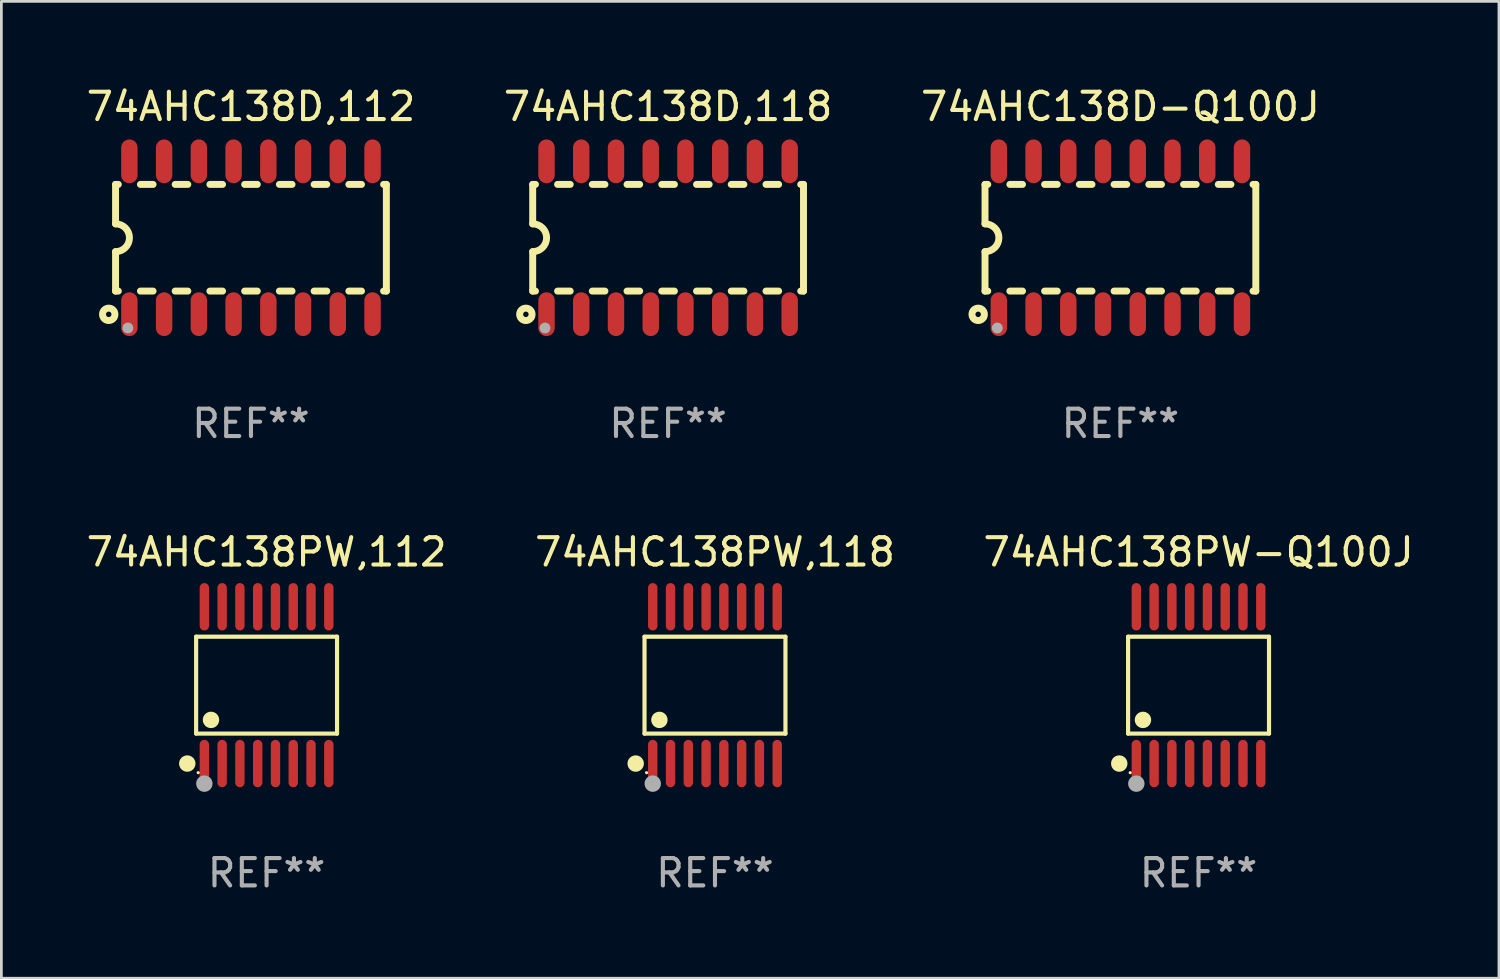
<source format=kicad_pcb>
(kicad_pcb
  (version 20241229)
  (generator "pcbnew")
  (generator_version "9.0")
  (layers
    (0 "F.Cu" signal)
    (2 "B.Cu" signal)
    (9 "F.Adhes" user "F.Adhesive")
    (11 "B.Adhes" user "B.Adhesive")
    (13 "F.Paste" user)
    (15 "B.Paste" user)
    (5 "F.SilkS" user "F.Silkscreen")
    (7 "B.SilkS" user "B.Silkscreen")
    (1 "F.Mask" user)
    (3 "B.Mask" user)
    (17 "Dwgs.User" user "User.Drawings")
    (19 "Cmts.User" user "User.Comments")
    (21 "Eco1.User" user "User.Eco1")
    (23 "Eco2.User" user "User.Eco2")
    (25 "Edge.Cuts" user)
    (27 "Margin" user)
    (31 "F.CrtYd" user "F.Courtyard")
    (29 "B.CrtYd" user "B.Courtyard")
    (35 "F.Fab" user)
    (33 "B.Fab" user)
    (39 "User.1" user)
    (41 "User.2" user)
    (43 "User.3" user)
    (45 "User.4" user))
  (footprint "74AHC138D,118"
    (layer "F.Cu")
    (at 21.375 5.642)
    (property "Reference" "74AHC138D,118" (at 0 -4.794 0) (layer "F.SilkS") (effects (font (size 1 1) (thickness 0.15))))
    (attr through_hole)
    (fp_line (start -4.95 -1.95) (end -4.95 -0.508) (stroke (width 0.254) (type solid)) (layer "F.SilkS"))
    (fp_line (start -4.95 -1.95) (end -4.849 -1.95) (stroke (width 0.254) (type solid)) (layer "F.SilkS"))
    (fp_line (start -4.95 1.95) (end -4.95 0.508) (stroke (width 0.254) (type solid)) (layer "F.SilkS"))
    (fp_line (start -4.95 1.95) (end -4.849 1.95) (stroke (width 0.254) (type solid)) (layer "F.SilkS"))
    (fp_line (start -4.041 -1.95) (end -3.579 -1.95) (stroke (width 0.254) (type solid)) (layer "F.SilkS"))
    (fp_line (start -4.041 1.95) (end -3.579 1.95) (stroke (width 0.254) (type solid)) (layer "F.SilkS"))
    (fp_line (start -2.771 -1.95) (end -2.309 -1.95) (stroke (width 0.254) (type solid)) (layer "F.SilkS"))
    (fp_line (start -2.771 1.95) (end -2.309 1.95) (stroke (width 0.254) (type solid)) (layer "F.SilkS"))
    (fp_line (start -1.501 -1.95) (end -1.039 -1.95) (stroke (width 0.254) (type solid)) (layer "F.SilkS"))
    (fp_line (start -1.501 1.95) (end -1.039 1.95) (stroke (width 0.254) (type solid)) (layer "F.SilkS"))
    (fp_line (start -0.231 -1.95) (end 0.231 -1.95) (stroke (width 0.254) (type solid)) (layer "F.SilkS"))
    (fp_line (start -0.231 1.95) (end 0.231 1.95) (stroke (width 0.254) (type solid)) (layer "F.SilkS"))
    (fp_line (start 1.039 -1.95) (end 1.501 -1.95) (stroke (width 0.254) (type solid)) (layer "F.SilkS"))
    (fp_line (start 1.039 1.95) (end 1.501 1.95) (stroke (width 0.254) (type solid)) (layer "F.SilkS"))
    (fp_line (start 2.309 -1.95) (end 2.771 -1.95) (stroke (width 0.254) (type solid)) (layer "F.SilkS"))
    (fp_line (start 2.309 1.95) (end 2.771 1.95) (stroke (width 0.254) (type solid)) (layer "F.SilkS"))
    (fp_line (start 3.579 -1.95) (end 4.041 -1.95) (stroke (width 0.254) (type solid)) (layer "F.SilkS"))
    (fp_line (start 3.579 1.95) (end 4.041 1.95) (stroke (width 0.254) (type solid)) (layer "F.SilkS"))
    (fp_line (start 4.849 -1.95) (end 4.95 -1.95) (stroke (width 0.254) (type solid)) (layer "F.SilkS"))
    (fp_line (start 4.849 1.95) (end 4.95 1.95) (stroke (width 0.254) (type solid)) (layer "F.SilkS"))
    (fp_line (start 4.95 -1.95) (end 4.95 1.95) (stroke (width 0.254) (type solid)) (layer "F.SilkS"))
    (fp_arc (start -4.95047 -0.508001) (mid -4.442469 -0.000228) (end -4.950013 0.508001) (stroke (width 0.254001) (type solid)) (layer "F.SilkS"))
    (fp_circle (center -5.2 2.8) (end -5.1 2.8) (stroke (width 0.254) (type solid)) (fill no) (layer "F.SilkS"))
    (fp_circle (center -4.95 2.947) (end -4.92 2.947) (stroke (width 0.06) (type solid)) (fill no) (layer "F.SilkS"))
    (fp_circle (center -4.5 3.3) (end -4.4 3.3) (stroke (width 0.2) (type solid)) (fill no) (layer "F.Fab"))
    (fp_text user "REF**" (at 0 6.794 0) (layer "F.Fab") (effects (font (size 1 1) (thickness 0.15))))
    (pad "1" smd oval (at -4.445 2.794) (size 0.6 1.6) (layers "F.Cu" "F.Mask" "F.Paste"))
    (pad "2" smd oval (at -3.175 2.794) (size 0.6 1.6) (layers "F.Cu" "F.Mask" "F.Paste"))
    (pad "3" smd oval (at -1.905 2.794) (size 0.6 1.6) (layers "F.Cu" "F.Mask" "F.Paste"))
    (pad "4" smd oval (at -0.635 2.794) (size 0.6 1.6) (layers "F.Cu" "F.Mask" "F.Paste"))
    (pad "5" smd oval (at 0.635 2.794) (size 0.6 1.6) (layers "F.Cu" "F.Mask" "F.Paste"))
    (pad "6" smd oval (at 1.905 2.794) (size 0.6 1.6) (layers "F.Cu" "F.Mask" "F.Paste"))
    (pad "7" smd oval (at 3.175 2.794) (size 0.6 1.6) (layers "F.Cu" "F.Mask" "F.Paste"))
    (pad "8" smd oval (at 4.445 2.794) (size 0.6 1.6) (layers "F.Cu" "F.Mask" "F.Paste"))
    (pad "9" smd oval (at 4.445 -2.794) (size 0.6 1.6) (layers "F.Cu" "F.Mask" "F.Paste"))
    (pad "10" smd oval (at 3.175 -2.794) (size 0.6 1.6) (layers "F.Cu" "F.Mask" "F.Paste"))
    (pad "11" smd oval (at 1.905 -2.794) (size 0.6 1.6) (layers "F.Cu" "F.Mask" "F.Paste"))
    (pad "12" smd oval (at 0.635 -2.794) (size 0.6 1.6) (layers "F.Cu" "F.Mask" "F.Paste"))
    (pad "13" smd oval (at -0.635 -2.794) (size 0.6 1.6) (layers "F.Cu" "F.Mask" "F.Paste"))
    (pad "14" smd oval (at -1.905 -2.794) (size 0.6 1.6) (layers "F.Cu" "F.Mask" "F.Paste"))
    (pad "15" smd oval (at -3.175 -2.794) (size 0.6 1.6) (layers "F.Cu" "F.Mask" "F.Paste"))
    (pad "16" smd oval (at -4.445 -2.794) (size 0.6 1.6) (layers "F.Cu" "F.Mask" "F.Paste")))
  (footprint "74AHC138PW,112"
    (layer "F.Cu")
    (at 6.696 21.999)
    (property "Reference" "74AHC138PW,112" (at 0 -4.866 0) (layer "F.SilkS") (effects (font (size 1 1) (thickness 0.15))))
    (attr through_hole)
    (fp_line (start -2.576 -1.772) (end 2.576 -1.772) (stroke (width 0.152) (type solid)) (layer "F.SilkS"))
    (fp_line (start -2.576 1.771) (end -2.576 -1.772) (stroke (width 0.152) (type solid)) (layer "F.SilkS"))
    (fp_line (start 2.576 -1.772) (end 2.576 1.771) (stroke (width 0.152) (type solid)) (layer "F.SilkS"))
    (fp_line (start 2.576 1.771) (end -2.576 1.771) (stroke (width 0.152) (type solid)) (layer "F.SilkS"))
    (fp_circle (center -2.899 2.866) (end -2.749 2.866) (stroke (width 0.3) (type solid)) (fill no) (layer "F.SilkS"))
    (fp_circle (center -2.5 3.2) (end -2.47 3.2) (stroke (width 0.06) (type solid)) (fill no) (layer "F.SilkS"))
    (fp_circle (center -2.032 1.27) (end -1.882 1.27) (stroke (width 0.3) (type solid)) (fill no) (layer "F.SilkS"))
    (fp_circle (center -2.275 3.6) (end -2.125 3.6) (stroke (width 0.3) (type solid)) (fill no) (layer "F.Fab"))
    (fp_text user "REF**" (at 0 6.866 0) (layer "F.Fab") (effects (font (size 1 1) (thickness 0.15))))
    (pad "1" smd oval (at -2.275 2.866) (size 0.343 1.731) (layers "F.Cu" "F.Mask" "F.Paste"))
    (pad "2" smd oval (at -1.625 2.866) (size 0.343 1.731) (layers "F.Cu" "F.Mask" "F.Paste"))
    (pad "3" smd oval (at -0.975 2.866) (size 0.343 1.731) (layers "F.Cu" "F.Mask" "F.Paste"))
    (pad "4" smd oval (at -0.325 2.866) (size 0.343 1.731) (layers "F.Cu" "F.Mask" "F.Paste"))
    (pad "5" smd oval (at 0.325 2.866) (size 0.343 1.731) (layers "F.Cu" "F.Mask" "F.Paste"))
    (pad "6" smd oval (at 0.975 2.866) (size 0.343 1.731) (layers "F.Cu" "F.Mask" "F.Paste"))
    (pad "7" smd oval (at 1.625 2.866) (size 0.343 1.731) (layers "F.Cu" "F.Mask" "F.Paste"))
    (pad "8" smd oval (at 2.275 2.866) (size 0.343 1.731) (layers "F.Cu" "F.Mask" "F.Paste"))
    (pad "9" smd oval (at 2.275 -2.866) (size 0.343 1.731) (layers "F.Cu" "F.Mask" "F.Paste"))
    (pad "10" smd oval (at 1.625 -2.866) (size 0.343 1.731) (layers "F.Cu" "F.Mask" "F.Paste"))
    (pad "11" smd oval (at 0.975 -2.866) (size 0.343 1.731) (layers "F.Cu" "F.Mask" "F.Paste"))
    (pad "12" smd oval (at 0.325 -2.866) (size 0.343 1.731) (layers "F.Cu" "F.Mask" "F.Paste"))
    (pad "13" smd oval (at -0.325 -2.866) (size 0.343 1.731) (layers "F.Cu" "F.Mask" "F.Paste"))
    (pad "14" smd oval (at -0.975 -2.866) (size 0.343 1.731) (layers "F.Cu" "F.Mask" "F.Paste"))
    (pad "15" smd oval (at -1.625 -2.866) (size 0.343 1.731) (layers "F.Cu" "F.Mask" "F.Paste"))
    (pad "16" smd oval (at -2.275 -2.866) (size 0.343 1.731) (layers "F.Cu" "F.Mask" "F.Paste")))
  (footprint "74AHC138D-Q100J"
    (layer "F.Cu")
    (at 37.911 5.642)
    (property "Reference" "74AHC138D-Q100J" (at 0 -4.794 0) (layer "F.SilkS") (effects (font (size 1 1) (thickness 0.15))))
    (attr through_hole)
    (fp_line (start -4.95 -1.95) (end -4.95 -0.508) (stroke (width 0.254) (type solid)) (layer "F.SilkS"))
    (fp_line (start -4.95 -1.95) (end -4.849 -1.95) (stroke (width 0.254) (type solid)) (layer "F.SilkS"))
    (fp_line (start -4.95 1.95) (end -4.95 0.508) (stroke (width 0.254) (type solid)) (layer "F.SilkS"))
    (fp_line (start -4.95 1.95) (end -4.849 1.95) (stroke (width 0.254) (type solid)) (layer "F.SilkS"))
    (fp_line (start -4.041 -1.95) (end -3.579 -1.95) (stroke (width 0.254) (type solid)) (layer "F.SilkS"))
    (fp_line (start -4.041 1.95) (end -3.579 1.95) (stroke (width 0.254) (type solid)) (layer "F.SilkS"))
    (fp_line (start -2.771 -1.95) (end -2.309 -1.95) (stroke (width 0.254) (type solid)) (layer "F.SilkS"))
    (fp_line (start -2.771 1.95) (end -2.309 1.95) (stroke (width 0.254) (type solid)) (layer "F.SilkS"))
    (fp_line (start -1.501 -1.95) (end -1.039 -1.95) (stroke (width 0.254) (type solid)) (layer "F.SilkS"))
    (fp_line (start -1.501 1.95) (end -1.039 1.95) (stroke (width 0.254) (type solid)) (layer "F.SilkS"))
    (fp_line (start -0.231 -1.95) (end 0.231 -1.95) (stroke (width 0.254) (type solid)) (layer "F.SilkS"))
    (fp_line (start -0.231 1.95) (end 0.231 1.95) (stroke (width 0.254) (type solid)) (layer "F.SilkS"))
    (fp_line (start 1.039 -1.95) (end 1.501 -1.95) (stroke (width 0.254) (type solid)) (layer "F.SilkS"))
    (fp_line (start 1.039 1.95) (end 1.501 1.95) (stroke (width 0.254) (type solid)) (layer "F.SilkS"))
    (fp_line (start 2.309 -1.95) (end 2.771 -1.95) (stroke (width 0.254) (type solid)) (layer "F.SilkS"))
    (fp_line (start 2.309 1.95) (end 2.771 1.95) (stroke (width 0.254) (type solid)) (layer "F.SilkS"))
    (fp_line (start 3.579 -1.95) (end 4.041 -1.95) (stroke (width 0.254) (type solid)) (layer "F.SilkS"))
    (fp_line (start 3.579 1.95) (end 4.041 1.95) (stroke (width 0.254) (type solid)) (layer "F.SilkS"))
    (fp_line (start 4.849 -1.95) (end 4.95 -1.95) (stroke (width 0.254) (type solid)) (layer "F.SilkS"))
    (fp_line (start 4.849 1.95) (end 4.95 1.95) (stroke (width 0.254) (type solid)) (layer "F.SilkS"))
    (fp_line (start 4.95 -1.95) (end 4.95 1.95) (stroke (width 0.254) (type solid)) (layer "F.SilkS"))
    (fp_arc (start -4.95047 -0.508001) (mid -4.442469 -0.000228) (end -4.950013 0.508001) (stroke (width 0.254001) (type solid)) (layer "F.SilkS"))
    (fp_circle (center -5.2 2.8) (end -5.1 2.8) (stroke (width 0.254) (type solid)) (fill no) (layer "F.SilkS"))
    (fp_circle (center -4.95 2.947) (end -4.92 2.947) (stroke (width 0.06) (type solid)) (fill no) (layer "F.SilkS"))
    (fp_circle (center -4.5 3.3) (end -4.4 3.3) (stroke (width 0.2) (type solid)) (fill no) (layer "F.Fab"))
    (fp_text user "REF**" (at 0 6.794 0) (layer "F.Fab") (effects (font (size 1 1) (thickness 0.15))))
    (pad "1" smd oval (at -4.445 2.794) (size 0.6 1.6) (layers "F.Cu" "F.Mask" "F.Paste"))
    (pad "2" smd oval (at -3.175 2.794) (size 0.6 1.6) (layers "F.Cu" "F.Mask" "F.Paste"))
    (pad "3" smd oval (at -1.905 2.794) (size 0.6 1.6) (layers "F.Cu" "F.Mask" "F.Paste"))
    (pad "4" smd oval (at -0.635 2.794) (size 0.6 1.6) (layers "F.Cu" "F.Mask" "F.Paste"))
    (pad "5" smd oval (at 0.635 2.794) (size 0.6 1.6) (layers "F.Cu" "F.Mask" "F.Paste"))
    (pad "6" smd oval (at 1.905 2.794) (size 0.6 1.6) (layers "F.Cu" "F.Mask" "F.Paste"))
    (pad "7" smd oval (at 3.175 2.794) (size 0.6 1.6) (layers "F.Cu" "F.Mask" "F.Paste"))
    (pad "8" smd oval (at 4.445 2.794) (size 0.6 1.6) (layers "F.Cu" "F.Mask" "F.Paste"))
    (pad "9" smd oval (at 4.445 -2.794) (size 0.6 1.6) (layers "F.Cu" "F.Mask" "F.Paste"))
    (pad "10" smd oval (at 3.175 -2.794) (size 0.6 1.6) (layers "F.Cu" "F.Mask" "F.Paste"))
    (pad "11" smd oval (at 1.905 -2.794) (size 0.6 1.6) (layers "F.Cu" "F.Mask" "F.Paste"))
    (pad "12" smd oval (at 0.635 -2.794) (size 0.6 1.6) (layers "F.Cu" "F.Mask" "F.Paste"))
    (pad "13" smd oval (at -0.635 -2.794) (size 0.6 1.6) (layers "F.Cu" "F.Mask" "F.Paste"))
    (pad "14" smd oval (at -1.905 -2.794) (size 0.6 1.6) (layers "F.Cu" "F.Mask" "F.Paste"))
    (pad "15" smd oval (at -3.175 -2.794) (size 0.6 1.6) (layers "F.Cu" "F.Mask" "F.Paste"))
    (pad "16" smd oval (at -4.445 -2.794) (size 0.6 1.6) (layers "F.Cu" "F.Mask" "F.Paste")))
  (footprint "74AHC138D,112"
    (layer "F.Cu")
    (at 6.125 5.642)
    (property "Reference" "74AHC138D,112" (at 0 -4.794 0) (layer "F.SilkS") (effects (font (size 1 1) (thickness 0.15))))
    (attr through_hole)
    (fp_line (start -4.95 -1.95) (end -4.95 -0.508) (stroke (width 0.254) (type solid)) (layer "F.SilkS"))
    (fp_line (start -4.95 -1.95) (end -4.849 -1.95) (stroke (width 0.254) (type solid)) (layer "F.SilkS"))
    (fp_line (start -4.95 1.95) (end -4.95 0.508) (stroke (width 0.254) (type solid)) (layer "F.SilkS"))
    (fp_line (start -4.95 1.95) (end -4.849 1.95) (stroke (width 0.254) (type solid)) (layer "F.SilkS"))
    (fp_line (start -4.041 -1.95) (end -3.579 -1.95) (stroke (width 0.254) (type solid)) (layer "F.SilkS"))
    (fp_line (start -4.041 1.95) (end -3.579 1.95) (stroke (width 0.254) (type solid)) (layer "F.SilkS"))
    (fp_line (start -2.771 -1.95) (end -2.309 -1.95) (stroke (width 0.254) (type solid)) (layer "F.SilkS"))
    (fp_line (start -2.771 1.95) (end -2.309 1.95) (stroke (width 0.254) (type solid)) (layer "F.SilkS"))
    (fp_line (start -1.501 -1.95) (end -1.039 -1.95) (stroke (width 0.254) (type solid)) (layer "F.SilkS"))
    (fp_line (start -1.501 1.95) (end -1.039 1.95) (stroke (width 0.254) (type solid)) (layer "F.SilkS"))
    (fp_line (start -0.231 -1.95) (end 0.231 -1.95) (stroke (width 0.254) (type solid)) (layer "F.SilkS"))
    (fp_line (start -0.231 1.95) (end 0.231 1.95) (stroke (width 0.254) (type solid)) (layer "F.SilkS"))
    (fp_line (start 1.039 -1.95) (end 1.501 -1.95) (stroke (width 0.254) (type solid)) (layer "F.SilkS"))
    (fp_line (start 1.039 1.95) (end 1.501 1.95) (stroke (width 0.254) (type solid)) (layer "F.SilkS"))
    (fp_line (start 2.309 -1.95) (end 2.771 -1.95) (stroke (width 0.254) (type solid)) (layer "F.SilkS"))
    (fp_line (start 2.309 1.95) (end 2.771 1.95) (stroke (width 0.254) (type solid)) (layer "F.SilkS"))
    (fp_line (start 3.579 -1.95) (end 4.041 -1.95) (stroke (width 0.254) (type solid)) (layer "F.SilkS"))
    (fp_line (start 3.579 1.95) (end 4.041 1.95) (stroke (width 0.254) (type solid)) (layer "F.SilkS"))
    (fp_line (start 4.849 -1.95) (end 4.95 -1.95) (stroke (width 0.254) (type solid)) (layer "F.SilkS"))
    (fp_line (start 4.849 1.95) (end 4.95 1.95) (stroke (width 0.254) (type solid)) (layer "F.SilkS"))
    (fp_line (start 4.95 -1.95) (end 4.95 1.95) (stroke (width 0.254) (type solid)) (layer "F.SilkS"))
    (fp_arc (start -4.95047 -0.508001) (mid -4.442469 -0.000228) (end -4.950013 0.508001) (stroke (width 0.254001) (type solid)) (layer "F.SilkS"))
    (fp_circle (center -5.2 2.8) (end -5.1 2.8) (stroke (width 0.254) (type solid)) (fill no) (layer "F.SilkS"))
    (fp_circle (center -4.95 2.947) (end -4.92 2.947) (stroke (width 0.06) (type solid)) (fill no) (layer "F.SilkS"))
    (fp_circle (center -4.5 3.3) (end -4.4 3.3) (stroke (width 0.2) (type solid)) (fill no) (layer "F.Fab"))
    (fp_text user "REF**" (at 0 6.794 0) (layer "F.Fab") (effects (font (size 1 1) (thickness 0.15))))
    (pad "1" smd oval (at -4.445 2.794) (size 0.6 1.6) (layers "F.Cu" "F.Mask" "F.Paste"))
    (pad "2" smd oval (at -3.175 2.794) (size 0.6 1.6) (layers "F.Cu" "F.Mask" "F.Paste"))
    (pad "3" smd oval (at -1.905 2.794) (size 0.6 1.6) (layers "F.Cu" "F.Mask" "F.Paste"))
    (pad "4" smd oval (at -0.635 2.794) (size 0.6 1.6) (layers "F.Cu" "F.Mask" "F.Paste"))
    (pad "5" smd oval (at 0.635 2.794) (size 0.6 1.6) (layers "F.Cu" "F.Mask" "F.Paste"))
    (pad "6" smd oval (at 1.905 2.794) (size 0.6 1.6) (layers "F.Cu" "F.Mask" "F.Paste"))
    (pad "7" smd oval (at 3.175 2.794) (size 0.6 1.6) (layers "F.Cu" "F.Mask" "F.Paste"))
    (pad "8" smd oval (at 4.445 2.794) (size 0.6 1.6) (layers "F.Cu" "F.Mask" "F.Paste"))
    (pad "9" smd oval (at 4.445 -2.794) (size 0.6 1.6) (layers "F.Cu" "F.Mask" "F.Paste"))
    (pad "10" smd oval (at 3.175 -2.794) (size 0.6 1.6) (layers "F.Cu" "F.Mask" "F.Paste"))
    (pad "11" smd oval (at 1.905 -2.794) (size 0.6 1.6) (layers "F.Cu" "F.Mask" "F.Paste"))
    (pad "12" smd oval (at 0.635 -2.794) (size 0.6 1.6) (layers "F.Cu" "F.Mask" "F.Paste"))
    (pad "13" smd oval (at -0.635 -2.794) (size 0.6 1.6) (layers "F.Cu" "F.Mask" "F.Paste"))
    (pad "14" smd oval (at -1.905 -2.794) (size 0.6 1.6) (layers "F.Cu" "F.Mask" "F.Paste"))
    (pad "15" smd oval (at -3.175 -2.794) (size 0.6 1.6) (layers "F.Cu" "F.Mask" "F.Paste"))
    (pad "16" smd oval (at -4.445 -2.794) (size 0.6 1.6) (layers "F.Cu" "F.Mask" "F.Paste")))
  (footprint "74AHC138PW,118"
    (layer "F.Cu")
    (at 23.089 21.999)
    (property "Reference" "74AHC138PW,118" (at 0 -4.866 0) (layer "F.SilkS") (effects (font (size 1 1) (thickness 0.15))))
    (attr through_hole)
    (fp_line (start -2.576 -1.772) (end 2.576 -1.772) (stroke (width 0.152) (type solid)) (layer "F.SilkS"))
    (fp_line (start -2.576 1.771) (end -2.576 -1.772) (stroke (width 0.152) (type solid)) (layer "F.SilkS"))
    (fp_line (start 2.576 -1.772) (end 2.576 1.771) (stroke (width 0.152) (type solid)) (layer "F.SilkS"))
    (fp_line (start 2.576 1.771) (end -2.576 1.771) (stroke (width 0.152) (type solid)) (layer "F.SilkS"))
    (fp_circle (center -2.899 2.866) (end -2.749 2.866) (stroke (width 0.3) (type solid)) (fill no) (layer "F.SilkS"))
    (fp_circle (center -2.5 3.2) (end -2.47 3.2) (stroke (width 0.06) (type solid)) (fill no) (layer "F.SilkS"))
    (fp_circle (center -2.032 1.27) (end -1.882 1.27) (stroke (width 0.3) (type solid)) (fill no) (layer "F.SilkS"))
    (fp_circle (center -2.275 3.6) (end -2.125 3.6) (stroke (width 0.3) (type solid)) (fill no) (layer "F.Fab"))
    (fp_text user "REF**" (at 0 6.866 0) (layer "F.Fab") (effects (font (size 1 1) (thickness 0.15))))
    (pad "1" smd oval (at -2.275 2.866) (size 0.343 1.731) (layers "F.Cu" "F.Mask" "F.Paste"))
    (pad "2" smd oval (at -1.625 2.866) (size 0.343 1.731) (layers "F.Cu" "F.Mask" "F.Paste"))
    (pad "3" smd oval (at -0.975 2.866) (size 0.343 1.731) (layers "F.Cu" "F.Mask" "F.Paste"))
    (pad "4" smd oval (at -0.325 2.866) (size 0.343 1.731) (layers "F.Cu" "F.Mask" "F.Paste"))
    (pad "5" smd oval (at 0.325 2.866) (size 0.343 1.731) (layers "F.Cu" "F.Mask" "F.Paste"))
    (pad "6" smd oval (at 0.975 2.866) (size 0.343 1.731) (layers "F.Cu" "F.Mask" "F.Paste"))
    (pad "7" smd oval (at 1.625 2.866) (size 0.343 1.731) (layers "F.Cu" "F.Mask" "F.Paste"))
    (pad "8" smd oval (at 2.275 2.866) (size 0.343 1.731) (layers "F.Cu" "F.Mask" "F.Paste"))
    (pad "9" smd oval (at 2.275 -2.866) (size 0.343 1.731) (layers "F.Cu" "F.Mask" "F.Paste"))
    (pad "10" smd oval (at 1.625 -2.866) (size 0.343 1.731) (layers "F.Cu" "F.Mask" "F.Paste"))
    (pad "11" smd oval (at 0.975 -2.866) (size 0.343 1.731) (layers "F.Cu" "F.Mask" "F.Paste"))
    (pad "12" smd oval (at 0.325 -2.866) (size 0.343 1.731) (layers "F.Cu" "F.Mask" "F.Paste"))
    (pad "13" smd oval (at -0.325 -2.866) (size 0.343 1.731) (layers "F.Cu" "F.Mask" "F.Paste"))
    (pad "14" smd oval (at -0.975 -2.866) (size 0.343 1.731) (layers "F.Cu" "F.Mask" "F.Paste"))
    (pad "15" smd oval (at -1.625 -2.866) (size 0.343 1.731) (layers "F.Cu" "F.Mask" "F.Paste"))
    (pad "16" smd oval (at -2.275 -2.866) (size 0.343 1.731) (layers "F.Cu" "F.Mask" "F.Paste")))
  (footprint "74AHC138PW-Q100J"
    (layer "F.Cu")
    (at 40.768 21.999)
    (property "Reference" "74AHC138PW-Q100J" (at 0 -4.866 0) (layer "F.SilkS") (effects (font (size 1 1) (thickness 0.15))))
    (attr through_hole)
    (fp_line (start -2.576 -1.772) (end 2.576 -1.772) (stroke (width 0.152) (type solid)) (layer "F.SilkS"))
    (fp_line (start -2.576 1.771) (end -2.576 -1.772) (stroke (width 0.152) (type solid)) (layer "F.SilkS"))
    (fp_line (start 2.576 -1.772) (end 2.576 1.771) (stroke (width 0.152) (type solid)) (layer "F.SilkS"))
    (fp_line (start 2.576 1.771) (end -2.576 1.771) (stroke (width 0.152) (type solid)) (layer "F.SilkS"))
    (fp_circle (center -2.899 2.866) (end -2.749 2.866) (stroke (width 0.3) (type solid)) (fill no) (layer "F.SilkS"))
    (fp_circle (center -2.5 3.2) (end -2.47 3.2) (stroke (width 0.06) (type solid)) (fill no) (layer "F.SilkS"))
    (fp_circle (center -2.032 1.27) (end -1.882 1.27) (stroke (width 0.3) (type solid)) (fill no) (layer "F.SilkS"))
    (fp_circle (center -2.275 3.6) (end -2.125 3.6) (stroke (width 0.3) (type solid)) (fill no) (layer "F.Fab"))
    (fp_text user "REF**" (at 0 6.866 0) (layer "F.Fab") (effects (font (size 1 1) (thickness 0.15))))
    (pad "1" smd oval (at -2.275 2.866) (size 0.343 1.731) (layers "F.Cu" "F.Mask" "F.Paste"))
    (pad "2" smd oval (at -1.625 2.866) (size 0.343 1.731) (layers "F.Cu" "F.Mask" "F.Paste"))
    (pad "3" smd oval (at -0.975 2.866) (size 0.343 1.731) (layers "F.Cu" "F.Mask" "F.Paste"))
    (pad "4" smd oval (at -0.325 2.866) (size 0.343 1.731) (layers "F.Cu" "F.Mask" "F.Paste"))
    (pad "5" smd oval (at 0.325 2.866) (size 0.343 1.731) (layers "F.Cu" "F.Mask" "F.Paste"))
    (pad "6" smd oval (at 0.975 2.866) (size 0.343 1.731) (layers "F.Cu" "F.Mask" "F.Paste"))
    (pad "7" smd oval (at 1.625 2.866) (size 0.343 1.731) (layers "F.Cu" "F.Mask" "F.Paste"))
    (pad "8" smd oval (at 2.275 2.866) (size 0.343 1.731) (layers "F.Cu" "F.Mask" "F.Paste"))
    (pad "9" smd oval (at 2.275 -2.866) (size 0.343 1.731) (layers "F.Cu" "F.Mask" "F.Paste"))
    (pad "10" smd oval (at 1.625 -2.866) (size 0.343 1.731) (layers "F.Cu" "F.Mask" "F.Paste"))
    (pad "11" smd oval (at 0.975 -2.866) (size 0.343 1.731) (layers "F.Cu" "F.Mask" "F.Paste"))
    (pad "12" smd oval (at 0.325 -2.866) (size 0.343 1.731) (layers "F.Cu" "F.Mask" "F.Paste"))
    (pad "13" smd oval (at -0.325 -2.866) (size 0.343 1.731) (layers "F.Cu" "F.Mask" "F.Paste"))
    (pad "14" smd oval (at -0.975 -2.866) (size 0.343 1.731) (layers "F.Cu" "F.Mask" "F.Paste"))
    (pad "15" smd oval (at -1.625 -2.866) (size 0.343 1.731) (layers "F.Cu" "F.Mask" "F.Paste"))
    (pad "16" smd oval (at -2.275 -2.866) (size 0.343 1.731) (layers "F.Cu" "F.Mask" "F.Paste")))
  (gr_rect
    (start -3 -3)
    (end 51.75 32.713)
    (stroke (width 0.1) (type default))
    (fill no)
    (layer "Edge.Cuts")))
</source>
